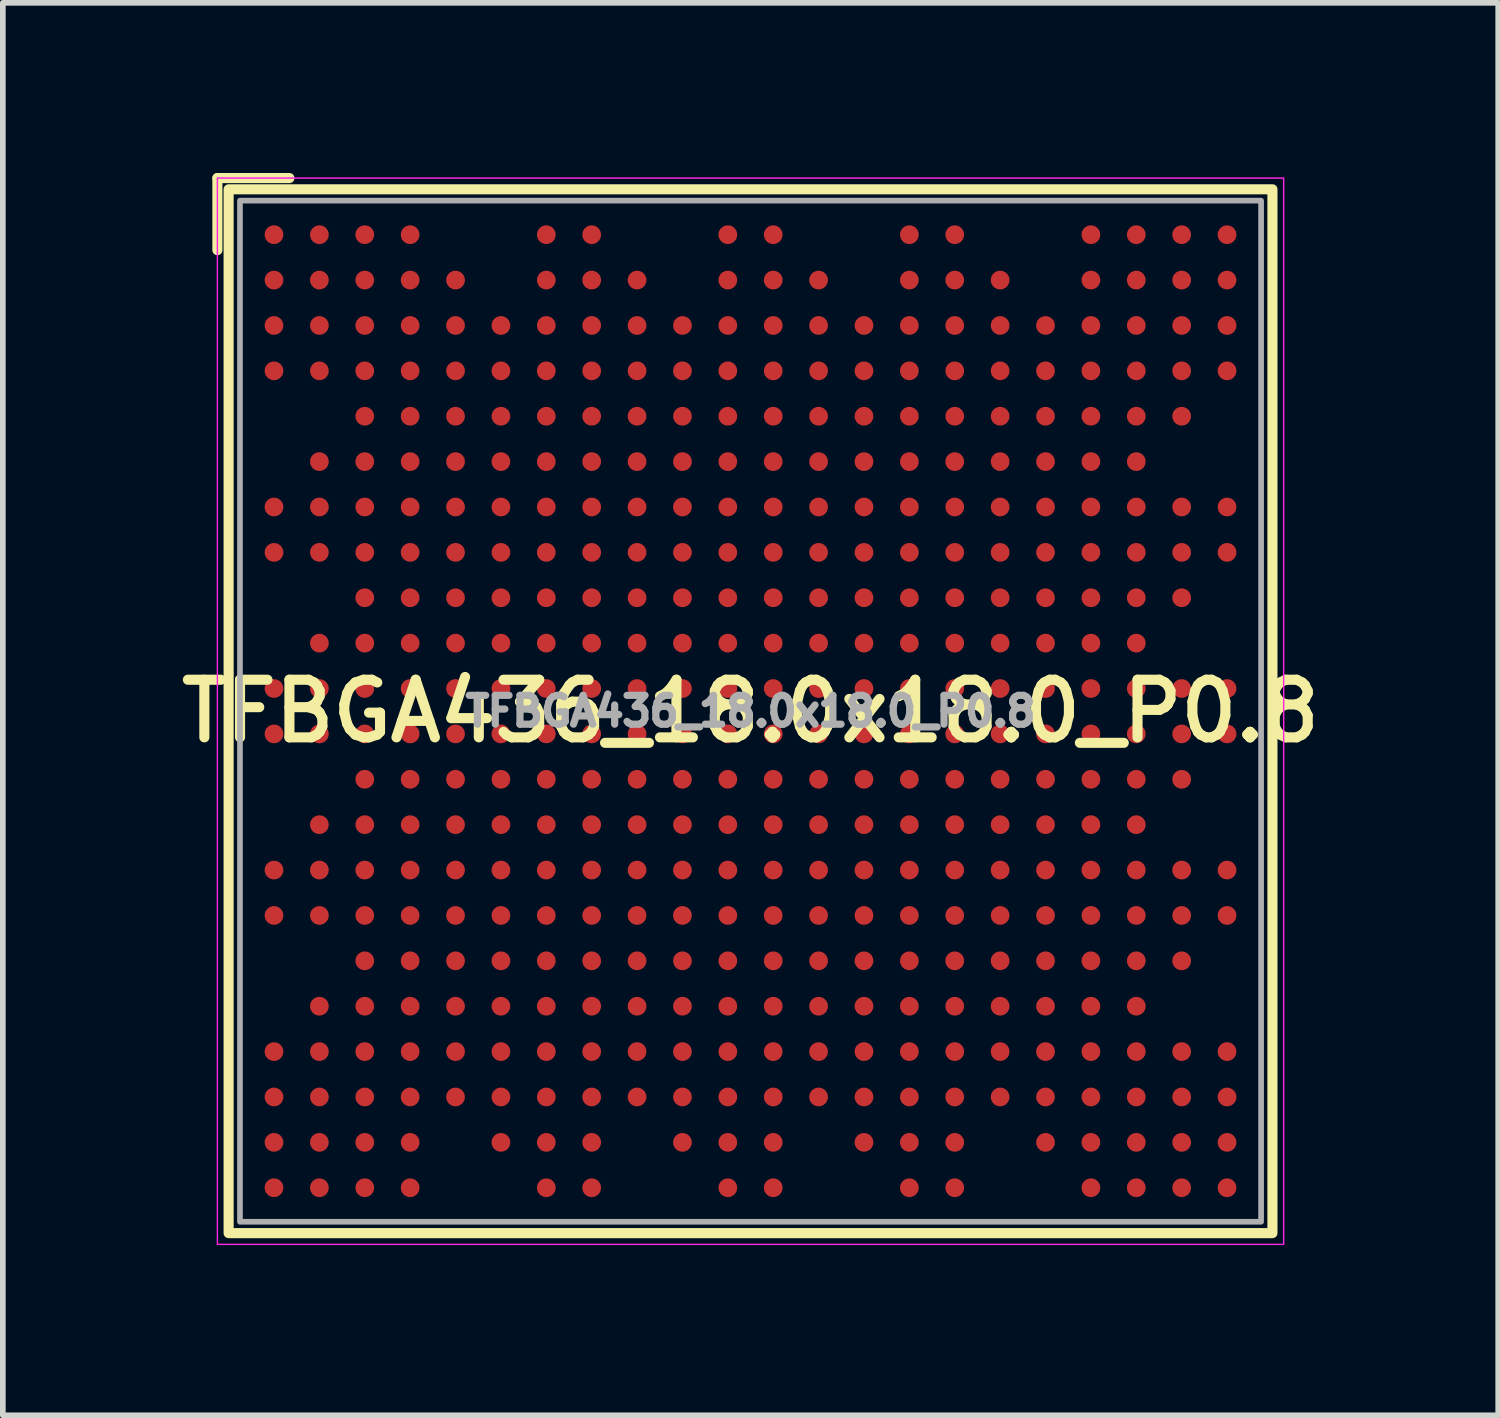
<source format=kicad_pcb>
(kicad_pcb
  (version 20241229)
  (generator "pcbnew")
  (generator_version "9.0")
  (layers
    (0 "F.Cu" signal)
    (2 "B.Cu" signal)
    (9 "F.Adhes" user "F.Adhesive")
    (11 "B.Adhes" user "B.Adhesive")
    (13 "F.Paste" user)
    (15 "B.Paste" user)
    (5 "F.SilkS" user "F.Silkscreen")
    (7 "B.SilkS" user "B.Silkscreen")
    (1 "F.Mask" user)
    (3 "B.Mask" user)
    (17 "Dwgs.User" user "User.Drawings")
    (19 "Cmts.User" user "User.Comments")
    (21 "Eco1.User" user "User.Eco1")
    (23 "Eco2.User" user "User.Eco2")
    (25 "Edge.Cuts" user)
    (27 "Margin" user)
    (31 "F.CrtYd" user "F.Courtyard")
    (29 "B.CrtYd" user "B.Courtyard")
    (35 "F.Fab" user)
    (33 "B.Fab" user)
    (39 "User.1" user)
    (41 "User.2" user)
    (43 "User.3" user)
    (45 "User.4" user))
  (footprint "TFBGA436_18.0x18.0_P0.8"
    (layer "F.Cu")
    (at 10.18 9.487)
    (property "Reference" "TFBGA436_18.0x18.0_P0.8" (at 0 0 0) (layer "F.SilkS") (effects (font (size 1.016 1.016) (thickness 0.178))))
    (attr smd)
    (fp_line (start -9.398 -8.128) (end -9.398 -9.398) (stroke (width 0.178) (type solid)) (layer "F.SilkS"))
    (fp_line (start -8.128 -9.398) (end -9.398 -9.398) (stroke (width 0.178) (type solid)) (layer "F.SilkS"))
    (fp_rect (start -9.2 9.2) (end 9.2 -9.2) (stroke (width 0.178) (type solid)) (fill no) (layer "F.SilkS"))
    (fp_rect (start 9.398 -9.398) (end -9.398 9.398) (stroke (width 0.025) (type solid)) (fill no) (layer "F.CrtYd"))
    (fp_rect (start -9 9) (end 9 -9) (stroke (width 0.1) (type solid)) (fill no) (layer "F.Fab"))
    (fp_text user "${REFERENCE}" (at 0 0 0) (layer "F.Fab") (effects (font (size 0.508 0.508) (thickness 0.127))))
    (pad "A1" smd circle (at -8.4 -8.4) (size 0.33 0.33) (layers "F.Cu" "F.Mask" "F.Paste"))
    (pad "A2" smd circle (at -7.6 -8.4) (size 0.33 0.33) (layers "F.Cu" "F.Mask" "F.Paste"))
    (pad "A3" smd circle (at -6.8 -8.4) (size 0.33 0.33) (layers "F.Cu" "F.Mask" "F.Paste"))
    (pad "A4" smd circle (at -6 -8.4) (size 0.33 0.33) (layers "F.Cu" "F.Mask" "F.Paste"))
    (pad "A7" smd circle (at -3.6 -8.4) (size 0.33 0.33) (layers "F.Cu" "F.Mask" "F.Paste"))
    (pad "A8" smd circle (at -2.8 -8.4) (size 0.33 0.33) (layers "F.Cu" "F.Mask" "F.Paste"))
    (pad "A11" smd circle (at -0.4 -8.4) (size 0.33 0.33) (layers "F.Cu" "F.Mask" "F.Paste"))
    (pad "A12" smd circle (at 0.4 -8.4) (size 0.33 0.33) (layers "F.Cu" "F.Mask" "F.Paste"))
    (pad "A15" smd circle (at 2.8 -8.4) (size 0.33 0.33) (layers "F.Cu" "F.Mask" "F.Paste"))
    (pad "A16" smd circle (at 3.6 -8.4) (size 0.33 0.33) (layers "F.Cu" "F.Mask" "F.Paste"))
    (pad "A19" smd circle (at 6 -8.4) (size 0.33 0.33) (layers "F.Cu" "F.Mask" "F.Paste"))
    (pad "A20" smd circle (at 6.8 -8.4) (size 0.33 0.33) (layers "F.Cu" "F.Mask" "F.Paste"))
    (pad "A21" smd circle (at 7.6 -8.4) (size 0.33 0.33) (layers "F.Cu" "F.Mask" "F.Paste"))
    (pad "A22" smd circle (at 8.4 -8.4) (size 0.33 0.33) (layers "F.Cu" "F.Mask" "F.Paste"))
    (pad "AA1" smd circle (at -8.4 7.6) (size 0.33 0.33) (layers "F.Cu" "F.Mask" "F.Paste"))
    (pad "AA2" smd circle (at -7.6 7.6) (size 0.33 0.33) (layers "F.Cu" "F.Mask" "F.Paste"))
    (pad "AA3" smd circle (at -6.8 7.6) (size 0.33 0.33) (layers "F.Cu" "F.Mask" "F.Paste"))
    (pad "AA4" smd circle (at -6 7.6) (size 0.33 0.33) (layers "F.Cu" "F.Mask" "F.Paste"))
    (pad "AA6" smd circle (at -4.4 7.6) (size 0.33 0.33) (layers "F.Cu" "F.Mask" "F.Paste"))
    (pad "AA7" smd circle (at -3.6 7.6) (size 0.33 0.33) (layers "F.Cu" "F.Mask" "F.Paste"))
    (pad "AA8" smd circle (at -2.8 7.6) (size 0.33 0.33) (layers "F.Cu" "F.Mask" "F.Paste"))
    (pad "AA10" smd circle (at -1.2 7.6) (size 0.33 0.33) (layers "F.Cu" "F.Mask" "F.Paste"))
    (pad "AA11" smd circle (at -0.4 7.6) (size 0.33 0.33) (layers "F.Cu" "F.Mask" "F.Paste"))
    (pad "AA12" smd circle (at 0.4 7.6) (size 0.33 0.33) (layers "F.Cu" "F.Mask" "F.Paste"))
    (pad "AA14" smd circle (at 2 7.6) (size 0.33 0.33) (layers "F.Cu" "F.Mask" "F.Paste"))
    (pad "AA15" smd circle (at 2.8 7.6) (size 0.33 0.33) (layers "F.Cu" "F.Mask" "F.Paste"))
    (pad "AA16" smd circle (at 3.6 7.6) (size 0.33 0.33) (layers "F.Cu" "F.Mask" "F.Paste"))
    (pad "AA18" smd circle (at 5.2 7.6) (size 0.33 0.33) (layers "F.Cu" "F.Mask" "F.Paste"))
    (pad "AA19" smd circle (at 6 7.6) (size 0.33 0.33) (layers "F.Cu" "F.Mask" "F.Paste"))
    (pad "AA20" smd circle (at 6.8 7.6) (size 0.33 0.33) (layers "F.Cu" "F.Mask" "F.Paste"))
    (pad "AA21" smd circle (at 7.6 7.6) (size 0.33 0.33) (layers "F.Cu" "F.Mask" "F.Paste"))
    (pad "AA22" smd circle (at 8.4 7.6) (size 0.33 0.33) (layers "F.Cu" "F.Mask" "F.Paste"))
    (pad "AB1" smd circle (at -8.4 8.4) (size 0.33 0.33) (layers "F.Cu" "F.Mask" "F.Paste"))
    (pad "AB2" smd circle (at -7.6 8.4) (size 0.33 0.33) (layers "F.Cu" "F.Mask" "F.Paste"))
    (pad "AB3" smd circle (at -6.8 8.4) (size 0.33 0.33) (layers "F.Cu" "F.Mask" "F.Paste"))
    (pad "AB4" smd circle (at -6 8.4) (size 0.33 0.33) (layers "F.Cu" "F.Mask" "F.Paste"))
    (pad "AB7" smd circle (at -3.6 8.4) (size 0.33 0.33) (layers "F.Cu" "F.Mask" "F.Paste"))
    (pad "AB8" smd circle (at -2.8 8.4) (size 0.33 0.33) (layers "F.Cu" "F.Mask" "F.Paste"))
    (pad "AB11" smd circle (at -0.4 8.4) (size 0.33 0.33) (layers "F.Cu" "F.Mask" "F.Paste"))
    (pad "AB12" smd circle (at 0.4 8.4) (size 0.33 0.33) (layers "F.Cu" "F.Mask" "F.Paste"))
    (pad "AB15" smd circle (at 2.8 8.4) (size 0.33 0.33) (layers "F.Cu" "F.Mask" "F.Paste"))
    (pad "AB16" smd circle (at 3.6 8.4) (size 0.33 0.33) (layers "F.Cu" "F.Mask" "F.Paste"))
    (pad "AB19" smd circle (at 6 8.4) (size 0.33 0.33) (layers "F.Cu" "F.Mask" "F.Paste"))
    (pad "AB20" smd circle (at 6.8 8.4) (size 0.33 0.33) (layers "F.Cu" "F.Mask" "F.Paste"))
    (pad "AB21" smd circle (at 7.6 8.4) (size 0.33 0.33) (layers "F.Cu" "F.Mask" "F.Paste"))
    (pad "AB22" smd circle (at 8.4 8.4) (size 0.33 0.33) (layers "F.Cu" "F.Mask" "F.Paste"))
    (pad "B1" smd circle (at -8.4 -7.6) (size 0.33 0.33) (layers "F.Cu" "F.Mask" "F.Paste"))
    (pad "B2" smd circle (at -7.6 -7.6) (size 0.33 0.33) (layers "F.Cu" "F.Mask" "F.Paste"))
    (pad "B3" smd circle (at -6.8 -7.6) (size 0.33 0.33) (layers "F.Cu" "F.Mask" "F.Paste"))
    (pad "B4" smd circle (at -6 -7.6) (size 0.33 0.33) (layers "F.Cu" "F.Mask" "F.Paste"))
    (pad "B5" smd circle (at -5.2 -7.6) (size 0.33 0.33) (layers "F.Cu" "F.Mask" "F.Paste"))
    (pad "B7" smd circle (at -3.6 -7.6) (size 0.33 0.33) (layers "F.Cu" "F.Mask" "F.Paste"))
    (pad "B8" smd circle (at -2.8 -7.6) (size 0.33 0.33) (layers "F.Cu" "F.Mask" "F.Paste"))
    (pad "B9" smd circle (at -2 -7.6) (size 0.33 0.33) (layers "F.Cu" "F.Mask" "F.Paste"))
    (pad "B11" smd circle (at -0.4 -7.6) (size 0.33 0.33) (layers "F.Cu" "F.Mask" "F.Paste"))
    (pad "B12" smd circle (at 0.4 -7.6) (size 0.33 0.33) (layers "F.Cu" "F.Mask" "F.Paste"))
    (pad "B13" smd circle (at 1.2 -7.6) (size 0.33 0.33) (layers "F.Cu" "F.Mask" "F.Paste"))
    (pad "B15" smd circle (at 2.8 -7.6) (size 0.33 0.33) (layers "F.Cu" "F.Mask" "F.Paste"))
    (pad "B16" smd circle (at 3.6 -7.6) (size 0.33 0.33) (layers "F.Cu" "F.Mask" "F.Paste"))
    (pad "B17" smd circle (at 4.4 -7.6) (size 0.33 0.33) (layers "F.Cu" "F.Mask" "F.Paste"))
    (pad "B19" smd circle (at 6 -7.6) (size 0.33 0.33) (layers "F.Cu" "F.Mask" "F.Paste"))
    (pad "B20" smd circle (at 6.8 -7.6) (size 0.33 0.33) (layers "F.Cu" "F.Mask" "F.Paste"))
    (pad "B21" smd circle (at 7.6 -7.6) (size 0.33 0.33) (layers "F.Cu" "F.Mask" "F.Paste"))
    (pad "B22" smd circle (at 8.4 -7.6) (size 0.33 0.33) (layers "F.Cu" "F.Mask" "F.Paste"))
    (pad "C1" smd circle (at -8.4 -6.8) (size 0.33 0.33) (layers "F.Cu" "F.Mask" "F.Paste"))
    (pad "C2" smd circle (at -7.6 -6.8) (size 0.33 0.33) (layers "F.Cu" "F.Mask" "F.Paste"))
    (pad "C3" smd circle (at -6.8 -6.8) (size 0.33 0.33) (layers "F.Cu" "F.Mask" "F.Paste"))
    (pad "C4" smd circle (at -6 -6.8) (size 0.33 0.33) (layers "F.Cu" "F.Mask" "F.Paste"))
    (pad "C5" smd circle (at -5.2 -6.8) (size 0.33 0.33) (layers "F.Cu" "F.Mask" "F.Paste"))
    (pad "C6" smd circle (at -4.4 -6.8) (size 0.33 0.33) (layers "F.Cu" "F.Mask" "F.Paste"))
    (pad "C7" smd circle (at -3.6 -6.8) (size 0.33 0.33) (layers "F.Cu" "F.Mask" "F.Paste"))
    (pad "C8" smd circle (at -2.8 -6.8) (size 0.33 0.33) (layers "F.Cu" "F.Mask" "F.Paste"))
    (pad "C9" smd circle (at -2 -6.8) (size 0.33 0.33) (layers "F.Cu" "F.Mask" "F.Paste"))
    (pad "C10" smd circle (at -1.2 -6.8) (size 0.33 0.33) (layers "F.Cu" "F.Mask" "F.Paste"))
    (pad "C11" smd circle (at -0.4 -6.8) (size 0.33 0.33) (layers "F.Cu" "F.Mask" "F.Paste"))
    (pad "C12" smd circle (at 0.4 -6.8) (size 0.33 0.33) (layers "F.Cu" "F.Mask" "F.Paste"))
    (pad "C13" smd circle (at 1.2 -6.8) (size 0.33 0.33) (layers "F.Cu" "F.Mask" "F.Paste"))
    (pad "C14" smd circle (at 2 -6.8) (size 0.33 0.33) (layers "F.Cu" "F.Mask" "F.Paste"))
    (pad "C15" smd circle (at 2.8 -6.8) (size 0.33 0.33) (layers "F.Cu" "F.Mask" "F.Paste"))
    (pad "C16" smd circle (at 3.6 -6.8) (size 0.33 0.33) (layers "F.Cu" "F.Mask" "F.Paste"))
    (pad "C17" smd circle (at 4.4 -6.8) (size 0.33 0.33) (layers "F.Cu" "F.Mask" "F.Paste"))
    (pad "C18" smd circle (at 5.2 -6.8) (size 0.33 0.33) (layers "F.Cu" "F.Mask" "F.Paste"))
    (pad "C19" smd circle (at 6 -6.8) (size 0.33 0.33) (layers "F.Cu" "F.Mask" "F.Paste"))
    (pad "C20" smd circle (at 6.8 -6.8) (size 0.33 0.33) (layers "F.Cu" "F.Mask" "F.Paste"))
    (pad "C21" smd circle (at 7.6 -6.8) (size 0.33 0.33) (layers "F.Cu" "F.Mask" "F.Paste"))
    (pad "C22" smd circle (at 8.4 -6.8) (size 0.33 0.33) (layers "F.Cu" "F.Mask" "F.Paste"))
    (pad "D1" smd circle (at -8.4 -6) (size 0.33 0.33) (layers "F.Cu" "F.Mask" "F.Paste"))
    (pad "D2" smd circle (at -7.6 -6) (size 0.33 0.33) (layers "F.Cu" "F.Mask" "F.Paste"))
    (pad "D3" smd circle (at -6.8 -6) (size 0.33 0.33) (layers "F.Cu" "F.Mask" "F.Paste"))
    (pad "D4" smd circle (at -6 -6) (size 0.33 0.33) (layers "F.Cu" "F.Mask" "F.Paste"))
    (pad "D5" smd circle (at -5.2 -6) (size 0.33 0.33) (layers "F.Cu" "F.Mask" "F.Paste"))
    (pad "D6" smd circle (at -4.4 -6) (size 0.33 0.33) (layers "F.Cu" "F.Mask" "F.Paste"))
    (pad "D7" smd circle (at -3.6 -6) (size 0.33 0.33) (layers "F.Cu" "F.Mask" "F.Paste"))
    (pad "D8" smd circle (at -2.8 -6) (size 0.33 0.33) (layers "F.Cu" "F.Mask" "F.Paste"))
    (pad "D9" smd circle (at -2 -6) (size 0.33 0.33) (layers "F.Cu" "F.Mask" "F.Paste"))
    (pad "D10" smd circle (at -1.2 -6) (size 0.33 0.33) (layers "F.Cu" "F.Mask" "F.Paste"))
    (pad "D11" smd circle (at -0.4 -6) (size 0.33 0.33) (layers "F.Cu" "F.Mask" "F.Paste"))
    (pad "D12" smd circle (at 0.4 -6) (size 0.33 0.33) (layers "F.Cu" "F.Mask" "F.Paste"))
    (pad "D13" smd circle (at 1.2 -6) (size 0.33 0.33) (layers "F.Cu" "F.Mask" "F.Paste"))
    (pad "D14" smd circle (at 2 -6) (size 0.33 0.33) (layers "F.Cu" "F.Mask" "F.Paste"))
    (pad "D15" smd circle (at 2.8 -6) (size 0.33 0.33) (layers "F.Cu" "F.Mask" "F.Paste"))
    (pad "D16" smd circle (at 3.6 -6) (size 0.33 0.33) (layers "F.Cu" "F.Mask" "F.Paste"))
    (pad "D17" smd circle (at 4.4 -6) (size 0.33 0.33) (layers "F.Cu" "F.Mask" "F.Paste"))
    (pad "D18" smd circle (at 5.2 -6) (size 0.33 0.33) (layers "F.Cu" "F.Mask" "F.Paste"))
    (pad "D19" smd circle (at 6 -6) (size 0.33 0.33) (layers "F.Cu" "F.Mask" "F.Paste"))
    (pad "D20" smd circle (at 6.8 -6) (size 0.33 0.33) (layers "F.Cu" "F.Mask" "F.Paste"))
    (pad "D21" smd circle (at 7.6 -6) (size 0.33 0.33) (layers "F.Cu" "F.Mask" "F.Paste"))
    (pad "D22" smd circle (at 8.4 -6) (size 0.33 0.33) (layers "F.Cu" "F.Mask" "F.Paste"))
    (pad "E3" smd circle (at -6.8 -5.2) (size 0.33 0.33) (layers "F.Cu" "F.Mask" "F.Paste"))
    (pad "E4" smd circle (at -6 -5.2) (size 0.33 0.33) (layers "F.Cu" "F.Mask" "F.Paste"))
    (pad "E5" smd circle (at -5.2 -5.2) (size 0.33 0.33) (layers "F.Cu" "F.Mask" "F.Paste"))
    (pad "E6" smd circle (at -4.4 -5.2) (size 0.33 0.33) (layers "F.Cu" "F.Mask" "F.Paste"))
    (pad "E7" smd circle (at -3.6 -5.2) (size 0.33 0.33) (layers "F.Cu" "F.Mask" "F.Paste"))
    (pad "E8" smd circle (at -2.8 -5.2) (size 0.33 0.33) (layers "F.Cu" "F.Mask" "F.Paste"))
    (pad "E9" smd circle (at -2 -5.2) (size 0.33 0.33) (layers "F.Cu" "F.Mask" "F.Paste"))
    (pad "E10" smd circle (at -1.2 -5.2) (size 0.33 0.33) (layers "F.Cu" "F.Mask" "F.Paste"))
    (pad "E11" smd circle (at -0.4 -5.2) (size 0.33 0.33) (layers "F.Cu" "F.Mask" "F.Paste"))
    (pad "E12" smd circle (at 0.4 -5.2) (size 0.33 0.33) (layers "F.Cu" "F.Mask" "F.Paste"))
    (pad "E13" smd circle (at 1.2 -5.2) (size 0.33 0.33) (layers "F.Cu" "F.Mask" "F.Paste"))
    (pad "E14" smd circle (at 2 -5.2) (size 0.33 0.33) (layers "F.Cu" "F.Mask" "F.Paste"))
    (pad "E15" smd circle (at 2.8 -5.2) (size 0.33 0.33) (layers "F.Cu" "F.Mask" "F.Paste"))
    (pad "E16" smd circle (at 3.6 -5.2) (size 0.33 0.33) (layers "F.Cu" "F.Mask" "F.Paste"))
    (pad "E17" smd circle (at 4.4 -5.2) (size 0.33 0.33) (layers "F.Cu" "F.Mask" "F.Paste"))
    (pad "E18" smd circle (at 5.2 -5.2) (size 0.33 0.33) (layers "F.Cu" "F.Mask" "F.Paste"))
    (pad "E19" smd circle (at 6 -5.2) (size 0.33 0.33) (layers "F.Cu" "F.Mask" "F.Paste"))
    (pad "E20" smd circle (at 6.8 -5.2) (size 0.33 0.33) (layers "F.Cu" "F.Mask" "F.Paste"))
    (pad "E21" smd circle (at 7.6 -5.2) (size 0.33 0.33) (layers "F.Cu" "F.Mask" "F.Paste"))
    (pad "F2" smd circle (at -7.6 -4.4) (size 0.33 0.33) (layers "F.Cu" "F.Mask" "F.Paste"))
    (pad "F3" smd circle (at -6.8 -4.4) (size 0.33 0.33) (layers "F.Cu" "F.Mask" "F.Paste"))
    (pad "F4" smd circle (at -6 -4.4) (size 0.33 0.33) (layers "F.Cu" "F.Mask" "F.Paste"))
    (pad "F5" smd circle (at -5.2 -4.4) (size 0.33 0.33) (layers "F.Cu" "F.Mask" "F.Paste"))
    (pad "F6" smd circle (at -4.4 -4.4) (size 0.33 0.33) (layers "F.Cu" "F.Mask" "F.Paste"))
    (pad "F7" smd circle (at -3.6 -4.4) (size 0.33 0.33) (layers "F.Cu" "F.Mask" "F.Paste"))
    (pad "F8" smd circle (at -2.8 -4.4) (size 0.33 0.33) (layers "F.Cu" "F.Mask" "F.Paste"))
    (pad "F9" smd circle (at -2 -4.4) (size 0.33 0.33) (layers "F.Cu" "F.Mask" "F.Paste"))
    (pad "F10" smd circle (at -1.2 -4.4) (size 0.33 0.33) (layers "F.Cu" "F.Mask" "F.Paste"))
    (pad "F11" smd circle (at -0.4 -4.4) (size 0.33 0.33) (layers "F.Cu" "F.Mask" "F.Paste"))
    (pad "F12" smd circle (at 0.4 -4.4) (size 0.33 0.33) (layers "F.Cu" "F.Mask" "F.Paste"))
    (pad "F13" smd circle (at 1.2 -4.4) (size 0.33 0.33) (layers "F.Cu" "F.Mask" "F.Paste"))
    (pad "F14" smd circle (at 2 -4.4) (size 0.33 0.33) (layers "F.Cu" "F.Mask" "F.Paste"))
    (pad "F15" smd circle (at 2.8 -4.4) (size 0.33 0.33) (layers "F.Cu" "F.Mask" "F.Paste"))
    (pad "F16" smd circle (at 3.6 -4.4) (size 0.33 0.33) (layers "F.Cu" "F.Mask" "F.Paste"))
    (pad "F17" smd circle (at 4.4 -4.4) (size 0.33 0.33) (layers "F.Cu" "F.Mask" "F.Paste"))
    (pad "F18" smd circle (at 5.2 -4.4) (size 0.33 0.33) (layers "F.Cu" "F.Mask" "F.Paste"))
    (pad "F19" smd circle (at 6 -4.4) (size 0.33 0.33) (layers "F.Cu" "F.Mask" "F.Paste"))
    (pad "F20" smd circle (at 6.8 -4.4) (size 0.33 0.33) (layers "F.Cu" "F.Mask" "F.Paste"))
    (pad "G1" smd circle (at -8.4 -3.6) (size 0.33 0.33) (layers "F.Cu" "F.Mask" "F.Paste"))
    (pad "G2" smd circle (at -7.6 -3.6) (size 0.33 0.33) (layers "F.Cu" "F.Mask" "F.Paste"))
    (pad "G3" smd circle (at -6.8 -3.6) (size 0.33 0.33) (layers "F.Cu" "F.Mask" "F.Paste"))
    (pad "G4" smd circle (at -6 -3.6) (size 0.33 0.33) (layers "F.Cu" "F.Mask" "F.Paste"))
    (pad "G5" smd circle (at -5.2 -3.6) (size 0.33 0.33) (layers "F.Cu" "F.Mask" "F.Paste"))
    (pad "G6" smd circle (at -4.4 -3.6) (size 0.33 0.33) (layers "F.Cu" "F.Mask" "F.Paste"))
    (pad "G7" smd circle (at -3.6 -3.6) (size 0.33 0.33) (layers "F.Cu" "F.Mask" "F.Paste"))
    (pad "G8" smd circle (at -2.8 -3.6) (size 0.33 0.33) (layers "F.Cu" "F.Mask" "F.Paste"))
    (pad "G9" smd circle (at -2 -3.6) (size 0.33 0.33) (layers "F.Cu" "F.Mask" "F.Paste"))
    (pad "G10" smd circle (at -1.2 -3.6) (size 0.33 0.33) (layers "F.Cu" "F.Mask" "F.Paste"))
    (pad "G11" smd circle (at -0.4 -3.6) (size 0.33 0.33) (layers "F.Cu" "F.Mask" "F.Paste"))
    (pad "G12" smd circle (at 0.4 -3.6) (size 0.33 0.33) (layers "F.Cu" "F.Mask" "F.Paste"))
    (pad "G13" smd circle (at 1.2 -3.6) (size 0.33 0.33) (layers "F.Cu" "F.Mask" "F.Paste"))
    (pad "G14" smd circle (at 2 -3.6) (size 0.33 0.33) (layers "F.Cu" "F.Mask" "F.Paste"))
    (pad "G15" smd circle (at 2.8 -3.6) (size 0.33 0.33) (layers "F.Cu" "F.Mask" "F.Paste"))
    (pad "G16" smd circle (at 3.6 -3.6) (size 0.33 0.33) (layers "F.Cu" "F.Mask" "F.Paste"))
    (pad "G17" smd circle (at 4.4 -3.6) (size 0.33 0.33) (layers "F.Cu" "F.Mask" "F.Paste"))
    (pad "G18" smd circle (at 5.2 -3.6) (size 0.33 0.33) (layers "F.Cu" "F.Mask" "F.Paste"))
    (pad "G19" smd circle (at 6 -3.6) (size 0.33 0.33) (layers "F.Cu" "F.Mask" "F.Paste"))
    (pad "G20" smd circle (at 6.8 -3.6) (size 0.33 0.33) (layers "F.Cu" "F.Mask" "F.Paste"))
    (pad "G21" smd circle (at 7.6 -3.6) (size 0.33 0.33) (layers "F.Cu" "F.Mask" "F.Paste"))
    (pad "G22" smd circle (at 8.4 -3.6) (size 0.33 0.33) (layers "F.Cu" "F.Mask" "F.Paste"))
    (pad "H1" smd circle (at -8.4 -2.8) (size 0.33 0.33) (layers "F.Cu" "F.Mask" "F.Paste"))
    (pad "H2" smd circle (at -7.6 -2.8) (size 0.33 0.33) (layers "F.Cu" "F.Mask" "F.Paste"))
    (pad "H3" smd circle (at -6.8 -2.8) (size 0.33 0.33) (layers "F.Cu" "F.Mask" "F.Paste"))
    (pad "H4" smd circle (at -6 -2.8) (size 0.33 0.33) (layers "F.Cu" "F.Mask" "F.Paste"))
    (pad "H5" smd circle (at -5.2 -2.8) (size 0.33 0.33) (layers "F.Cu" "F.Mask" "F.Paste"))
    (pad "H6" smd circle (at -4.4 -2.8) (size 0.33 0.33) (layers "F.Cu" "F.Mask" "F.Paste"))
    (pad "H7" smd circle (at -3.6 -2.8) (size 0.33 0.33) (layers "F.Cu" "F.Mask" "F.Paste"))
    (pad "H8" smd circle (at -2.8 -2.8) (size 0.33 0.33) (layers "F.Cu" "F.Mask" "F.Paste"))
    (pad "H9" smd circle (at -2 -2.8) (size 0.33 0.33) (layers "F.Cu" "F.Mask" "F.Paste"))
    (pad "H10" smd circle (at -1.2 -2.8) (size 0.33 0.33) (layers "F.Cu" "F.Mask" "F.Paste"))
    (pad "H11" smd circle (at -0.4 -2.8) (size 0.33 0.33) (layers "F.Cu" "F.Mask" "F.Paste"))
    (pad "H12" smd circle (at 0.4 -2.8) (size 0.33 0.33) (layers "F.Cu" "F.Mask" "F.Paste"))
    (pad "H13" smd circle (at 1.2 -2.8) (size 0.33 0.33) (layers "F.Cu" "F.Mask" "F.Paste"))
    (pad "H14" smd circle (at 2 -2.8) (size 0.33 0.33) (layers "F.Cu" "F.Mask" "F.Paste"))
    (pad "H15" smd circle (at 2.8 -2.8) (size 0.33 0.33) (layers "F.Cu" "F.Mask" "F.Paste"))
    (pad "H16" smd circle (at 3.6 -2.8) (size 0.33 0.33) (layers "F.Cu" "F.Mask" "F.Paste"))
    (pad "H17" smd circle (at 4.4 -2.8) (size 0.33 0.33) (layers "F.Cu" "F.Mask" "F.Paste"))
    (pad "H18" smd circle (at 5.2 -2.8) (size 0.33 0.33) (layers "F.Cu" "F.Mask" "F.Paste"))
    (pad "H19" smd circle (at 6 -2.8) (size 0.33 0.33) (layers "F.Cu" "F.Mask" "F.Paste"))
    (pad "H20" smd circle (at 6.8 -2.8) (size 0.33 0.33) (layers "F.Cu" "F.Mask" "F.Paste"))
    (pad "H21" smd circle (at 7.6 -2.8) (size 0.33 0.33) (layers "F.Cu" "F.Mask" "F.Paste"))
    (pad "H22" smd circle (at 8.4 -2.8) (size 0.33 0.33) (layers "F.Cu" "F.Mask" "F.Paste"))
    (pad "J3" smd circle (at -6.8 -2) (size 0.33 0.33) (layers "F.Cu" "F.Mask" "F.Paste"))
    (pad "J4" smd circle (at -6 -2) (size 0.33 0.33) (layers "F.Cu" "F.Mask" "F.Paste"))
    (pad "J5" smd circle (at -5.2 -2) (size 0.33 0.33) (layers "F.Cu" "F.Mask" "F.Paste"))
    (pad "J6" smd circle (at -4.4 -2) (size 0.33 0.33) (layers "F.Cu" "F.Mask" "F.Paste"))
    (pad "J7" smd circle (at -3.6 -2) (size 0.33 0.33) (layers "F.Cu" "F.Mask" "F.Paste"))
    (pad "J8" smd circle (at -2.8 -2) (size 0.33 0.33) (layers "F.Cu" "F.Mask" "F.Paste"))
    (pad "J9" smd circle (at -2 -2) (size 0.33 0.33) (layers "F.Cu" "F.Mask" "F.Paste"))
    (pad "J10" smd circle (at -1.2 -2) (size 0.33 0.33) (layers "F.Cu" "F.Mask" "F.Paste"))
    (pad "J11" smd circle (at -0.4 -2) (size 0.33 0.33) (layers "F.Cu" "F.Mask" "F.Paste"))
    (pad "J12" smd circle (at 0.4 -2) (size 0.33 0.33) (layers "F.Cu" "F.Mask" "F.Paste"))
    (pad "J13" smd circle (at 1.2 -2) (size 0.33 0.33) (layers "F.Cu" "F.Mask" "F.Paste"))
    (pad "J14" smd circle (at 2 -2) (size 0.33 0.33) (layers "F.Cu" "F.Mask" "F.Paste"))
    (pad "J15" smd circle (at 2.8 -2) (size 0.33 0.33) (layers "F.Cu" "F.Mask" "F.Paste"))
    (pad "J16" smd circle (at 3.6 -2) (size 0.33 0.33) (layers "F.Cu" "F.Mask" "F.Paste"))
    (pad "J17" smd circle (at 4.4 -2) (size 0.33 0.33) (layers "F.Cu" "F.Mask" "F.Paste"))
    (pad "J18" smd circle (at 5.2 -2) (size 0.33 0.33) (layers "F.Cu" "F.Mask" "F.Paste"))
    (pad "J19" smd circle (at 6 -2) (size 0.33 0.33) (layers "F.Cu" "F.Mask" "F.Paste"))
    (pad "J20" smd circle (at 6.8 -2) (size 0.33 0.33) (layers "F.Cu" "F.Mask" "F.Paste"))
    (pad "J21" smd circle (at 7.6 -2) (size 0.33 0.33) (layers "F.Cu" "F.Mask" "F.Paste"))
    (pad "K2" smd circle (at -7.6 -1.2) (size 0.33 0.33) (layers "F.Cu" "F.Mask" "F.Paste"))
    (pad "K3" smd circle (at -6.8 -1.2) (size 0.33 0.33) (layers "F.Cu" "F.Mask" "F.Paste"))
    (pad "K4" smd circle (at -6 -1.2) (size 0.33 0.33) (layers "F.Cu" "F.Mask" "F.Paste"))
    (pad "K5" smd circle (at -5.2 -1.2) (size 0.33 0.33) (layers "F.Cu" "F.Mask" "F.Paste"))
    (pad "K6" smd circle (at -4.4 -1.2) (size 0.33 0.33) (layers "F.Cu" "F.Mask" "F.Paste"))
    (pad "K7" smd circle (at -3.6 -1.2) (size 0.33 0.33) (layers "F.Cu" "F.Mask" "F.Paste"))
    (pad "K8" smd circle (at -2.8 -1.2) (size 0.33 0.33) (layers "F.Cu" "F.Mask" "F.Paste"))
    (pad "K9" smd circle (at -2 -1.2) (size 0.33 0.33) (layers "F.Cu" "F.Mask" "F.Paste"))
    (pad "K10" smd circle (at -1.2 -1.2) (size 0.33 0.33) (layers "F.Cu" "F.Mask" "F.Paste"))
    (pad "K11" smd circle (at -0.4 -1.2) (size 0.33 0.33) (layers "F.Cu" "F.Mask" "F.Paste"))
    (pad "K12" smd circle (at 0.4 -1.2) (size 0.33 0.33) (layers "F.Cu" "F.Mask" "F.Paste"))
    (pad "K13" smd circle (at 1.2 -1.2) (size 0.33 0.33) (layers "F.Cu" "F.Mask" "F.Paste"))
    (pad "K14" smd circle (at 2 -1.2) (size 0.33 0.33) (layers "F.Cu" "F.Mask" "F.Paste"))
    (pad "K15" smd circle (at 2.8 -1.2) (size 0.33 0.33) (layers "F.Cu" "F.Mask" "F.Paste"))
    (pad "K16" smd circle (at 3.6 -1.2) (size 0.33 0.33) (layers "F.Cu" "F.Mask" "F.Paste"))
    (pad "K17" smd circle (at 4.4 -1.2) (size 0.33 0.33) (layers "F.Cu" "F.Mask" "F.Paste"))
    (pad "K18" smd circle (at 5.2 -1.2) (size 0.33 0.33) (layers "F.Cu" "F.Mask" "F.Paste"))
    (pad "K19" smd circle (at 6 -1.2) (size 0.33 0.33) (layers "F.Cu" "F.Mask" "F.Paste"))
    (pad "K20" smd circle (at 6.8 -1.2) (size 0.33 0.33) (layers "F.Cu" "F.Mask" "F.Paste"))
    (pad "L1" smd circle (at -8.4 -0.4) (size 0.33 0.33) (layers "F.Cu" "F.Mask" "F.Paste"))
    (pad "L2" smd circle (at -7.6 -0.4) (size 0.33 0.33) (layers "F.Cu" "F.Mask" "F.Paste"))
    (pad "L3" smd circle (at -6.8 -0.4) (size 0.33 0.33) (layers "F.Cu" "F.Mask" "F.Paste"))
    (pad "L4" smd circle (at -6 -0.4) (size 0.33 0.33) (layers "F.Cu" "F.Mask" "F.Paste"))
    (pad "L5" smd circle (at -5.2 -0.4) (size 0.33 0.33) (layers "F.Cu" "F.Mask" "F.Paste"))
    (pad "L6" smd circle (at -4.4 -0.4) (size 0.33 0.33) (layers "F.Cu" "F.Mask" "F.Paste"))
    (pad "L7" smd circle (at -3.6 -0.4) (size 0.33 0.33) (layers "F.Cu" "F.Mask" "F.Paste"))
    (pad "L8" smd circle (at -2.8 -0.4) (size 0.33 0.33) (layers "F.Cu" "F.Mask" "F.Paste"))
    (pad "L9" smd circle (at -2 -0.4) (size 0.33 0.33) (layers "F.Cu" "F.Mask" "F.Paste"))
    (pad "L10" smd circle (at -1.2 -0.4) (size 0.33 0.33) (layers "F.Cu" "F.Mask" "F.Paste"))
    (pad "L11" smd circle (at -0.4 -0.4) (size 0.33 0.33) (layers "F.Cu" "F.Mask" "F.Paste"))
    (pad "L12" smd circle (at 0.4 -0.4) (size 0.33 0.33) (layers "F.Cu" "F.Mask" "F.Paste"))
    (pad "L13" smd circle (at 1.2 -0.4) (size 0.33 0.33) (layers "F.Cu" "F.Mask" "F.Paste"))
    (pad "L14" smd circle (at 2 -0.4) (size 0.33 0.33) (layers "F.Cu" "F.Mask" "F.Paste"))
    (pad "L15" smd circle (at 2.8 -0.4) (size 0.33 0.33) (layers "F.Cu" "F.Mask" "F.Paste"))
    (pad "L16" smd circle (at 3.6 -0.4) (size 0.33 0.33) (layers "F.Cu" "F.Mask" "F.Paste"))
    (pad "L17" smd circle (at 4.4 -0.4) (size 0.33 0.33) (layers "F.Cu" "F.Mask" "F.Paste"))
    (pad "L18" smd circle (at 5.2 -0.4) (size 0.33 0.33) (layers "F.Cu" "F.Mask" "F.Paste"))
    (pad "L19" smd circle (at 6 -0.4) (size 0.33 0.33) (layers "F.Cu" "F.Mask" "F.Paste"))
    (pad "L20" smd circle (at 6.8 -0.4) (size 0.33 0.33) (layers "F.Cu" "F.Mask" "F.Paste"))
    (pad "L21" smd circle (at 7.6 -0.4) (size 0.33 0.33) (layers "F.Cu" "F.Mask" "F.Paste"))
    (pad "L22" smd circle (at 8.4 -0.4) (size 0.33 0.33) (layers "F.Cu" "F.Mask" "F.Paste"))
    (pad "M1" smd circle (at -8.4 0.4) (size 0.33 0.33) (layers "F.Cu" "F.Mask" "F.Paste"))
    (pad "M2" smd circle (at -7.6 0.4) (size 0.33 0.33) (layers "F.Cu" "F.Mask" "F.Paste"))
    (pad "M3" smd circle (at -6.8 0.4) (size 0.33 0.33) (layers "F.Cu" "F.Mask" "F.Paste"))
    (pad "M4" smd circle (at -6 0.4) (size 0.33 0.33) (layers "F.Cu" "F.Mask" "F.Paste"))
    (pad "M5" smd circle (at -5.2 0.4) (size 0.33 0.33) (layers "F.Cu" "F.Mask" "F.Paste"))
    (pad "M6" smd circle (at -4.4 0.4) (size 0.33 0.33) (layers "F.Cu" "F.Mask" "F.Paste"))
    (pad "M7" smd circle (at -3.6 0.4) (size 0.33 0.33) (layers "F.Cu" "F.Mask" "F.Paste"))
    (pad "M8" smd circle (at -2.8 0.4) (size 0.33 0.33) (layers "F.Cu" "F.Mask" "F.Paste"))
    (pad "M9" smd circle (at -2 0.4) (size 0.33 0.33) (layers "F.Cu" "F.Mask" "F.Paste"))
    (pad "M10" smd circle (at -1.2 0.4) (size 0.33 0.33) (layers "F.Cu" "F.Mask" "F.Paste"))
    (pad "M11" smd circle (at -0.4 0.4) (size 0.33 0.33) (layers "F.Cu" "F.Mask" "F.Paste"))
    (pad "M12" smd circle (at 0.4 0.4) (size 0.33 0.33) (layers "F.Cu" "F.Mask" "F.Paste"))
    (pad "M13" smd circle (at 1.2 0.4) (size 0.33 0.33) (layers "F.Cu" "F.Mask" "F.Paste"))
    (pad "M14" smd circle (at 2 0.4) (size 0.33 0.33) (layers "F.Cu" "F.Mask" "F.Paste"))
    (pad "M15" smd circle (at 2.8 0.4) (size 0.33 0.33) (layers "F.Cu" "F.Mask" "F.Paste"))
    (pad "M16" smd circle (at 3.6 0.4) (size 0.33 0.33) (layers "F.Cu" "F.Mask" "F.Paste"))
    (pad "M17" smd circle (at 4.4 0.4) (size 0.33 0.33) (layers "F.Cu" "F.Mask" "F.Paste"))
    (pad "M18" smd circle (at 5.2 0.4) (size 0.33 0.33) (layers "F.Cu" "F.Mask" "F.Paste"))
    (pad "M19" smd circle (at 6 0.4) (size 0.33 0.33) (layers "F.Cu" "F.Mask" "F.Paste"))
    (pad "M20" smd circle (at 6.8 0.4) (size 0.33 0.33) (layers "F.Cu" "F.Mask" "F.Paste"))
    (pad "M21" smd circle (at 7.6 0.4) (size 0.33 0.33) (layers "F.Cu" "F.Mask" "F.Paste"))
    (pad "M22" smd circle (at 8.4 0.4) (size 0.33 0.33) (layers "F.Cu" "F.Mask" "F.Paste"))
    (pad "N3" smd circle (at -6.8 1.2) (size 0.33 0.33) (layers "F.Cu" "F.Mask" "F.Paste"))
    (pad "N4" smd circle (at -6 1.2) (size 0.33 0.33) (layers "F.Cu" "F.Mask" "F.Paste"))
    (pad "N5" smd circle (at -5.2 1.2) (size 0.33 0.33) (layers "F.Cu" "F.Mask" "F.Paste"))
    (pad "N6" smd circle (at -4.4 1.2) (size 0.33 0.33) (layers "F.Cu" "F.Mask" "F.Paste"))
    (pad "N7" smd circle (at -3.6 1.2) (size 0.33 0.33) (layers "F.Cu" "F.Mask" "F.Paste"))
    (pad "N8" smd circle (at -2.8 1.2) (size 0.33 0.33) (layers "F.Cu" "F.Mask" "F.Paste"))
    (pad "N9" smd circle (at -2 1.2) (size 0.33 0.33) (layers "F.Cu" "F.Mask" "F.Paste"))
    (pad "N10" smd circle (at -1.2 1.2) (size 0.33 0.33) (layers "F.Cu" "F.Mask" "F.Paste"))
    (pad "N11" smd circle (at -0.4 1.2) (size 0.33 0.33) (layers "F.Cu" "F.Mask" "F.Paste"))
    (pad "N12" smd circle (at 0.4 1.2) (size 0.33 0.33) (layers "F.Cu" "F.Mask" "F.Paste"))
    (pad "N13" smd circle (at 1.2 1.2) (size 0.33 0.33) (layers "F.Cu" "F.Mask" "F.Paste"))
    (pad "N14" smd circle (at 2 1.2) (size 0.33 0.33) (layers "F.Cu" "F.Mask" "F.Paste"))
    (pad "N15" smd circle (at 2.8 1.2) (size 0.33 0.33) (layers "F.Cu" "F.Mask" "F.Paste"))
    (pad "N16" smd circle (at 3.6 1.2) (size 0.33 0.33) (layers "F.Cu" "F.Mask" "F.Paste"))
    (pad "N17" smd circle (at 4.4 1.2) (size 0.33 0.33) (layers "F.Cu" "F.Mask" "F.Paste"))
    (pad "N18" smd circle (at 5.2 1.2) (size 0.33 0.33) (layers "F.Cu" "F.Mask" "F.Paste"))
    (pad "N19" smd circle (at 6 1.2) (size 0.33 0.33) (layers "F.Cu" "F.Mask" "F.Paste"))
    (pad "N20" smd circle (at 6.8 1.2) (size 0.33 0.33) (layers "F.Cu" "F.Mask" "F.Paste"))
    (pad "N21" smd circle (at 7.6 1.2) (size 0.33 0.33) (layers "F.Cu" "F.Mask" "F.Paste"))
    (pad "P2" smd circle (at -7.6 2) (size 0.33 0.33) (layers "F.Cu" "F.Mask" "F.Paste"))
    (pad "P3" smd circle (at -6.8 2) (size 0.33 0.33) (layers "F.Cu" "F.Mask" "F.Paste"))
    (pad "P4" smd circle (at -6 2) (size 0.33 0.33) (layers "F.Cu" "F.Mask" "F.Paste"))
    (pad "P5" smd circle (at -5.2 2) (size 0.33 0.33) (layers "F.Cu" "F.Mask" "F.Paste"))
    (pad "P6" smd circle (at -4.4 2) (size 0.33 0.33) (layers "F.Cu" "F.Mask" "F.Paste"))
    (pad "P7" smd circle (at -3.6 2) (size 0.33 0.33) (layers "F.Cu" "F.Mask" "F.Paste"))
    (pad "P8" smd circle (at -2.8 2) (size 0.33 0.33) (layers "F.Cu" "F.Mask" "F.Paste"))
    (pad "P9" smd circle (at -2 2) (size 0.33 0.33) (layers "F.Cu" "F.Mask" "F.Paste"))
    (pad "P10" smd circle (at -1.2 2) (size 0.33 0.33) (layers "F.Cu" "F.Mask" "F.Paste"))
    (pad "P11" smd circle (at -0.4 2) (size 0.33 0.33) (layers "F.Cu" "F.Mask" "F.Paste"))
    (pad "P12" smd circle (at 0.4 2) (size 0.33 0.33) (layers "F.Cu" "F.Mask" "F.Paste"))
    (pad "P13" smd circle (at 1.2 2) (size 0.33 0.33) (layers "F.Cu" "F.Mask" "F.Paste"))
    (pad "P14" smd circle (at 2 2) (size 0.33 0.33) (layers "F.Cu" "F.Mask" "F.Paste"))
    (pad "P15" smd circle (at 2.8 2) (size 0.33 0.33) (layers "F.Cu" "F.Mask" "F.Paste"))
    (pad "P16" smd circle (at 3.6 2) (size 0.33 0.33) (layers "F.Cu" "F.Mask" "F.Paste"))
    (pad "P17" smd circle (at 4.4 2) (size 0.33 0.33) (layers "F.Cu" "F.Mask" "F.Paste"))
    (pad "P18" smd circle (at 5.2 2) (size 0.33 0.33) (layers "F.Cu" "F.Mask" "F.Paste"))
    (pad "P19" smd circle (at 6 2) (size 0.33 0.33) (layers "F.Cu" "F.Mask" "F.Paste"))
    (pad "P20" smd circle (at 6.8 2) (size 0.33 0.33) (layers "F.Cu" "F.Mask" "F.Paste"))
    (pad "R1" smd circle (at -8.4 2.8) (size 0.33 0.33) (layers "F.Cu" "F.Mask" "F.Paste"))
    (pad "R2" smd circle (at -7.6 2.8) (size 0.33 0.33) (layers "F.Cu" "F.Mask" "F.Paste"))
    (pad "R3" smd circle (at -6.8 2.8) (size 0.33 0.33) (layers "F.Cu" "F.Mask" "F.Paste"))
    (pad "R4" smd circle (at -6 2.8) (size 0.33 0.33) (layers "F.Cu" "F.Mask" "F.Paste"))
    (pad "R5" smd circle (at -5.2 2.8) (size 0.33 0.33) (layers "F.Cu" "F.Mask" "F.Paste"))
    (pad "R6" smd circle (at -4.4 2.8) (size 0.33 0.33) (layers "F.Cu" "F.Mask" "F.Paste"))
    (pad "R7" smd circle (at -3.6 2.8) (size 0.33 0.33) (layers "F.Cu" "F.Mask" "F.Paste"))
    (pad "R8" smd circle (at -2.8 2.8) (size 0.33 0.33) (layers "F.Cu" "F.Mask" "F.Paste"))
    (pad "R9" smd circle (at -2 2.8) (size 0.33 0.33) (layers "F.Cu" "F.Mask" "F.Paste"))
    (pad "R10" smd circle (at -1.2 2.8) (size 0.33 0.33) (layers "F.Cu" "F.Mask" "F.Paste"))
    (pad "R11" smd circle (at -0.4 2.8) (size 0.33 0.33) (layers "F.Cu" "F.Mask" "F.Paste"))
    (pad "R12" smd circle (at 0.4 2.8) (size 0.33 0.33) (layers "F.Cu" "F.Mask" "F.Paste"))
    (pad "R13" smd circle (at 1.2 2.8) (size 0.33 0.33) (layers "F.Cu" "F.Mask" "F.Paste"))
    (pad "R14" smd circle (at 2 2.8) (size 0.33 0.33) (layers "F.Cu" "F.Mask" "F.Paste"))
    (pad "R15" smd circle (at 2.8 2.8) (size 0.33 0.33) (layers "F.Cu" "F.Mask" "F.Paste"))
    (pad "R16" smd circle (at 3.6 2.8) (size 0.33 0.33) (layers "F.Cu" "F.Mask" "F.Paste"))
    (pad "R17" smd circle (at 4.4 2.8) (size 0.33 0.33) (layers "F.Cu" "F.Mask" "F.Paste"))
    (pad "R18" smd circle (at 5.2 2.8) (size 0.33 0.33) (layers "F.Cu" "F.Mask" "F.Paste"))
    (pad "R19" smd circle (at 6 2.8) (size 0.33 0.33) (layers "F.Cu" "F.Mask" "F.Paste"))
    (pad "R20" smd circle (at 6.8 2.8) (size 0.33 0.33) (layers "F.Cu" "F.Mask" "F.Paste"))
    (pad "R21" smd circle (at 7.6 2.8) (size 0.33 0.33) (layers "F.Cu" "F.Mask" "F.Paste"))
    (pad "R22" smd circle (at 8.4 2.8) (size 0.33 0.33) (layers "F.Cu" "F.Mask" "F.Paste"))
    (pad "T1" smd circle (at -8.4 3.6) (size 0.33 0.33) (layers "F.Cu" "F.Mask" "F.Paste"))
    (pad "T2" smd circle (at -7.6 3.6) (size 0.33 0.33) (layers "F.Cu" "F.Mask" "F.Paste"))
    (pad "T3" smd circle (at -6.8 3.6) (size 0.33 0.33) (layers "F.Cu" "F.Mask" "F.Paste"))
    (pad "T4" smd circle (at -6 3.6) (size 0.33 0.33) (layers "F.Cu" "F.Mask" "F.Paste"))
    (pad "T5" smd circle (at -5.2 3.6) (size 0.33 0.33) (layers "F.Cu" "F.Mask" "F.Paste"))
    (pad "T6" smd circle (at -4.4 3.6) (size 0.33 0.33) (layers "F.Cu" "F.Mask" "F.Paste"))
    (pad "T7" smd circle (at -3.6 3.6) (size 0.33 0.33) (layers "F.Cu" "F.Mask" "F.Paste"))
    (pad "T8" smd circle (at -2.8 3.6) (size 0.33 0.33) (layers "F.Cu" "F.Mask" "F.Paste"))
    (pad "T9" smd circle (at -2 3.6) (size 0.33 0.33) (layers "F.Cu" "F.Mask" "F.Paste"))
    (pad "T10" smd circle (at -1.2 3.6) (size 0.33 0.33) (layers "F.Cu" "F.Mask" "F.Paste"))
    (pad "T11" smd circle (at -0.4 3.6) (size 0.33 0.33) (layers "F.Cu" "F.Mask" "F.Paste"))
    (pad "T12" smd circle (at 0.4 3.6) (size 0.33 0.33) (layers "F.Cu" "F.Mask" "F.Paste"))
    (pad "T13" smd circle (at 1.2 3.6) (size 0.33 0.33) (layers "F.Cu" "F.Mask" "F.Paste"))
    (pad "T14" smd circle (at 2 3.6) (size 0.33 0.33) (layers "F.Cu" "F.Mask" "F.Paste"))
    (pad "T15" smd circle (at 2.8 3.6) (size 0.33 0.33) (layers "F.Cu" "F.Mask" "F.Paste"))
    (pad "T16" smd circle (at 3.6 3.6) (size 0.33 0.33) (layers "F.Cu" "F.Mask" "F.Paste"))
    (pad "T17" smd circle (at 4.4 3.6) (size 0.33 0.33) (layers "F.Cu" "F.Mask" "F.Paste"))
    (pad "T18" smd circle (at 5.2 3.6) (size 0.33 0.33) (layers "F.Cu" "F.Mask" "F.Paste"))
    (pad "T19" smd circle (at 6 3.6) (size 0.33 0.33) (layers "F.Cu" "F.Mask" "F.Paste"))
    (pad "T20" smd circle (at 6.8 3.6) (size 0.33 0.33) (layers "F.Cu" "F.Mask" "F.Paste"))
    (pad "T21" smd circle (at 7.6 3.6) (size 0.33 0.33) (layers "F.Cu" "F.Mask" "F.Paste"))
    (pad "T22" smd circle (at 8.4 3.6) (size 0.33 0.33) (layers "F.Cu" "F.Mask" "F.Paste"))
    (pad "U3" smd circle (at -6.8 4.4) (size 0.33 0.33) (layers "F.Cu" "F.Mask" "F.Paste"))
    (pad "U4" smd circle (at -6 4.4) (size 0.33 0.33) (layers "F.Cu" "F.Mask" "F.Paste"))
    (pad "U5" smd circle (at -5.2 4.4) (size 0.33 0.33) (layers "F.Cu" "F.Mask" "F.Paste"))
    (pad "U6" smd circle (at -4.4 4.4) (size 0.33 0.33) (layers "F.Cu" "F.Mask" "F.Paste"))
    (pad "U7" smd circle (at -3.6 4.4) (size 0.33 0.33) (layers "F.Cu" "F.Mask" "F.Paste"))
    (pad "U8" smd circle (at -2.8 4.4) (size 0.33 0.33) (layers "F.Cu" "F.Mask" "F.Paste"))
    (pad "U9" smd circle (at -2 4.4) (size 0.33 0.33) (layers "F.Cu" "F.Mask" "F.Paste"))
    (pad "U10" smd circle (at -1.2 4.4) (size 0.33 0.33) (layers "F.Cu" "F.Mask" "F.Paste"))
    (pad "U11" smd circle (at -0.4 4.4) (size 0.33 0.33) (layers "F.Cu" "F.Mask" "F.Paste"))
    (pad "U12" smd circle (at 0.4 4.4) (size 0.33 0.33) (layers "F.Cu" "F.Mask" "F.Paste"))
    (pad "U13" smd circle (at 1.2 4.4) (size 0.33 0.33) (layers "F.Cu" "F.Mask" "F.Paste"))
    (pad "U14" smd circle (at 2 4.4) (size 0.33 0.33) (layers "F.Cu" "F.Mask" "F.Paste"))
    (pad "U15" smd circle (at 2.8 4.4) (size 0.33 0.33) (layers "F.Cu" "F.Mask" "F.Paste"))
    (pad "U16" smd circle (at 3.6 4.4) (size 0.33 0.33) (layers "F.Cu" "F.Mask" "F.Paste"))
    (pad "U17" smd circle (at 4.4 4.4) (size 0.33 0.33) (layers "F.Cu" "F.Mask" "F.Paste"))
    (pad "U18" smd circle (at 5.2 4.4) (size 0.33 0.33) (layers "F.Cu" "F.Mask" "F.Paste"))
    (pad "U19" smd circle (at 6 4.4) (size 0.33 0.33) (layers "F.Cu" "F.Mask" "F.Paste"))
    (pad "U20" smd circle (at 6.8 4.4) (size 0.33 0.33) (layers "F.Cu" "F.Mask" "F.Paste"))
    (pad "U21" smd circle (at 7.6 4.4) (size 0.33 0.33) (layers "F.Cu" "F.Mask" "F.Paste"))
    (pad "V2" smd circle (at -7.6 5.2) (size 0.33 0.33) (layers "F.Cu" "F.Mask" "F.Paste"))
    (pad "V3" smd circle (at -6.8 5.2) (size 0.33 0.33) (layers "F.Cu" "F.Mask" "F.Paste"))
    (pad "V4" smd circle (at -6 5.2) (size 0.33 0.33) (layers "F.Cu" "F.Mask" "F.Paste"))
    (pad "V5" smd circle (at -5.2 5.2) (size 0.33 0.33) (layers "F.Cu" "F.Mask" "F.Paste"))
    (pad "V6" smd circle (at -4.4 5.2) (size 0.33 0.33) (layers "F.Cu" "F.Mask" "F.Paste"))
    (pad "V7" smd circle (at -3.6 5.2) (size 0.33 0.33) (layers "F.Cu" "F.Mask" "F.Paste"))
    (pad "V8" smd circle (at -2.8 5.2) (size 0.33 0.33) (layers "F.Cu" "F.Mask" "F.Paste"))
    (pad "V9" smd circle (at -2 5.2) (size 0.33 0.33) (layers "F.Cu" "F.Mask" "F.Paste"))
    (pad "V10" smd circle (at -1.2 5.2) (size 0.33 0.33) (layers "F.Cu" "F.Mask" "F.Paste"))
    (pad "V11" smd circle (at -0.4 5.2) (size 0.33 0.33) (layers "F.Cu" "F.Mask" "F.Paste"))
    (pad "V12" smd circle (at 0.4 5.2) (size 0.33 0.33) (layers "F.Cu" "F.Mask" "F.Paste"))
    (pad "V13" smd circle (at 1.2 5.2) (size 0.33 0.33) (layers "F.Cu" "F.Mask" "F.Paste"))
    (pad "V14" smd circle (at 2 5.2) (size 0.33 0.33) (layers "F.Cu" "F.Mask" "F.Paste"))
    (pad "V15" smd circle (at 2.8 5.2) (size 0.33 0.33) (layers "F.Cu" "F.Mask" "F.Paste"))
    (pad "V16" smd circle (at 3.6 5.2) (size 0.33 0.33) (layers "F.Cu" "F.Mask" "F.Paste"))
    (pad "V17" smd circle (at 4.4 5.2) (size 0.33 0.33) (layers "F.Cu" "F.Mask" "F.Paste"))
    (pad "V18" smd circle (at 5.2 5.2) (size 0.33 0.33) (layers "F.Cu" "F.Mask" "F.Paste"))
    (pad "V19" smd circle (at 6 5.2) (size 0.33 0.33) (layers "F.Cu" "F.Mask" "F.Paste"))
    (pad "V20" smd circle (at 6.8 5.2) (size 0.33 0.33) (layers "F.Cu" "F.Mask" "F.Paste"))
    (pad "W1" smd circle (at -8.4 6) (size 0.33 0.33) (layers "F.Cu" "F.Mask" "F.Paste"))
    (pad "W2" smd circle (at -7.6 6) (size 0.33 0.33) (layers "F.Cu" "F.Mask" "F.Paste"))
    (pad "W3" smd circle (at -6.8 6) (size 0.33 0.33) (layers "F.Cu" "F.Mask" "F.Paste"))
    (pad "W4" smd circle (at -6 6) (size 0.33 0.33) (layers "F.Cu" "F.Mask" "F.Paste"))
    (pad "W5" smd circle (at -5.2 6) (size 0.33 0.33) (layers "F.Cu" "F.Mask" "F.Paste"))
    (pad "W6" smd circle (at -4.4 6) (size 0.33 0.33) (layers "F.Cu" "F.Mask" "F.Paste"))
    (pad "W7" smd circle (at -3.6 6) (size 0.33 0.33) (layers "F.Cu" "F.Mask" "F.Paste"))
    (pad "W8" smd circle (at -2.8 6) (size 0.33 0.33) (layers "F.Cu" "F.Mask" "F.Paste"))
    (pad "W9" smd circle (at -2 6) (size 0.33 0.33) (layers "F.Cu" "F.Mask" "F.Paste"))
    (pad "W10" smd circle (at -1.2 6) (size 0.33 0.33) (layers "F.Cu" "F.Mask" "F.Paste"))
    (pad "W11" smd circle (at -0.4 6) (size 0.33 0.33) (layers "F.Cu" "F.Mask" "F.Paste"))
    (pad "W12" smd circle (at 0.4 6) (size 0.33 0.33) (layers "F.Cu" "F.Mask" "F.Paste"))
    (pad "W13" smd circle (at 1.2 6) (size 0.33 0.33) (layers "F.Cu" "F.Mask" "F.Paste"))
    (pad "W14" smd circle (at 2 6) (size 0.33 0.33) (layers "F.Cu" "F.Mask" "F.Paste"))
    (pad "W15" smd circle (at 2.8 6) (size 0.33 0.33) (layers "F.Cu" "F.Mask" "F.Paste"))
    (pad "W16" smd circle (at 3.6 6) (size 0.33 0.33) (layers "F.Cu" "F.Mask" "F.Paste"))
    (pad "W17" smd circle (at 4.4 6) (size 0.33 0.33) (layers "F.Cu" "F.Mask" "F.Paste"))
    (pad "W18" smd circle (at 5.2 6) (size 0.33 0.33) (layers "F.Cu" "F.Mask" "F.Paste"))
    (pad "W19" smd circle (at 6 6) (size 0.33 0.33) (layers "F.Cu" "F.Mask" "F.Paste"))
    (pad "W20" smd circle (at 6.8 6) (size 0.33 0.33) (layers "F.Cu" "F.Mask" "F.Paste"))
    (pad "W21" smd circle (at 7.6 6) (size 0.33 0.33) (layers "F.Cu" "F.Mask" "F.Paste"))
    (pad "W22" smd circle (at 8.4 6) (size 0.33 0.33) (layers "F.Cu" "F.Mask" "F.Paste"))
    (pad "Y1" smd circle (at -8.4 6.8) (size 0.33 0.33) (layers "F.Cu" "F.Mask" "F.Paste"))
    (pad "Y2" smd circle (at -7.6 6.8) (size 0.33 0.33) (layers "F.Cu" "F.Mask" "F.Paste"))
    (pad "Y3" smd circle (at -6.8 6.8) (size 0.33 0.33) (layers "F.Cu" "F.Mask" "F.Paste"))
    (pad "Y4" smd circle (at -6 6.8) (size 0.33 0.33) (layers "F.Cu" "F.Mask" "F.Paste"))
    (pad "Y5" smd circle (at -5.2 6.8) (size 0.33 0.33) (layers "F.Cu" "F.Mask" "F.Paste"))
    (pad "Y6" smd circle (at -4.4 6.8) (size 0.33 0.33) (layers "F.Cu" "F.Mask" "F.Paste"))
    (pad "Y7" smd circle (at -3.6 6.8) (size 0.33 0.33) (layers "F.Cu" "F.Mask" "F.Paste"))
    (pad "Y8" smd circle (at -2.8 6.8) (size 0.33 0.33) (layers "F.Cu" "F.Mask" "F.Paste"))
    (pad "Y9" smd circle (at -2 6.8) (size 0.33 0.33) (layers "F.Cu" "F.Mask" "F.Paste"))
    (pad "Y10" smd circle (at -1.2 6.8) (size 0.33 0.33) (layers "F.Cu" "F.Mask" "F.Paste"))
    (pad "Y11" smd circle (at -0.4 6.8) (size 0.33 0.33) (layers "F.Cu" "F.Mask" "F.Paste"))
    (pad "Y12" smd circle (at 0.4 6.8) (size 0.33 0.33) (layers "F.Cu" "F.Mask" "F.Paste"))
    (pad "Y13" smd circle (at 1.2 6.8) (size 0.33 0.33) (layers "F.Cu" "F.Mask" "F.Paste"))
    (pad "Y14" smd circle (at 2 6.8) (size 0.33 0.33) (layers "F.Cu" "F.Mask" "F.Paste"))
    (pad "Y15" smd circle (at 2.8 6.8) (size 0.33 0.33) (layers "F.Cu" "F.Mask" "F.Paste"))
    (pad "Y16" smd circle (at 3.6 6.8) (size 0.33 0.33) (layers "F.Cu" "F.Mask" "F.Paste"))
    (pad "Y17" smd circle (at 4.4 6.8) (size 0.33 0.33) (layers "F.Cu" "F.Mask" "F.Paste"))
    (pad "Y18" smd circle (at 5.2 6.8) (size 0.33 0.33) (layers "F.Cu" "F.Mask" "F.Paste"))
    (pad "Y19" smd circle (at 6 6.8) (size 0.33 0.33) (layers "F.Cu" "F.Mask" "F.Paste"))
    (pad "Y20" smd circle (at 6.8 6.8) (size 0.33 0.33) (layers "F.Cu" "F.Mask" "F.Paste"))
    (pad "Y21" smd circle (at 7.6 6.8) (size 0.33 0.33) (layers "F.Cu" "F.Mask" "F.Paste"))
    (pad "Y22" smd circle (at 8.4 6.8) (size 0.33 0.33) (layers "F.Cu" "F.Mask" "F.Paste")))
  (gr_rect
    (start -3 -3)
    (end 23.36 21.898)
    (stroke (width 0.1) (type default))
    (fill no)
    (layer "Edge.Cuts")))
</source>
